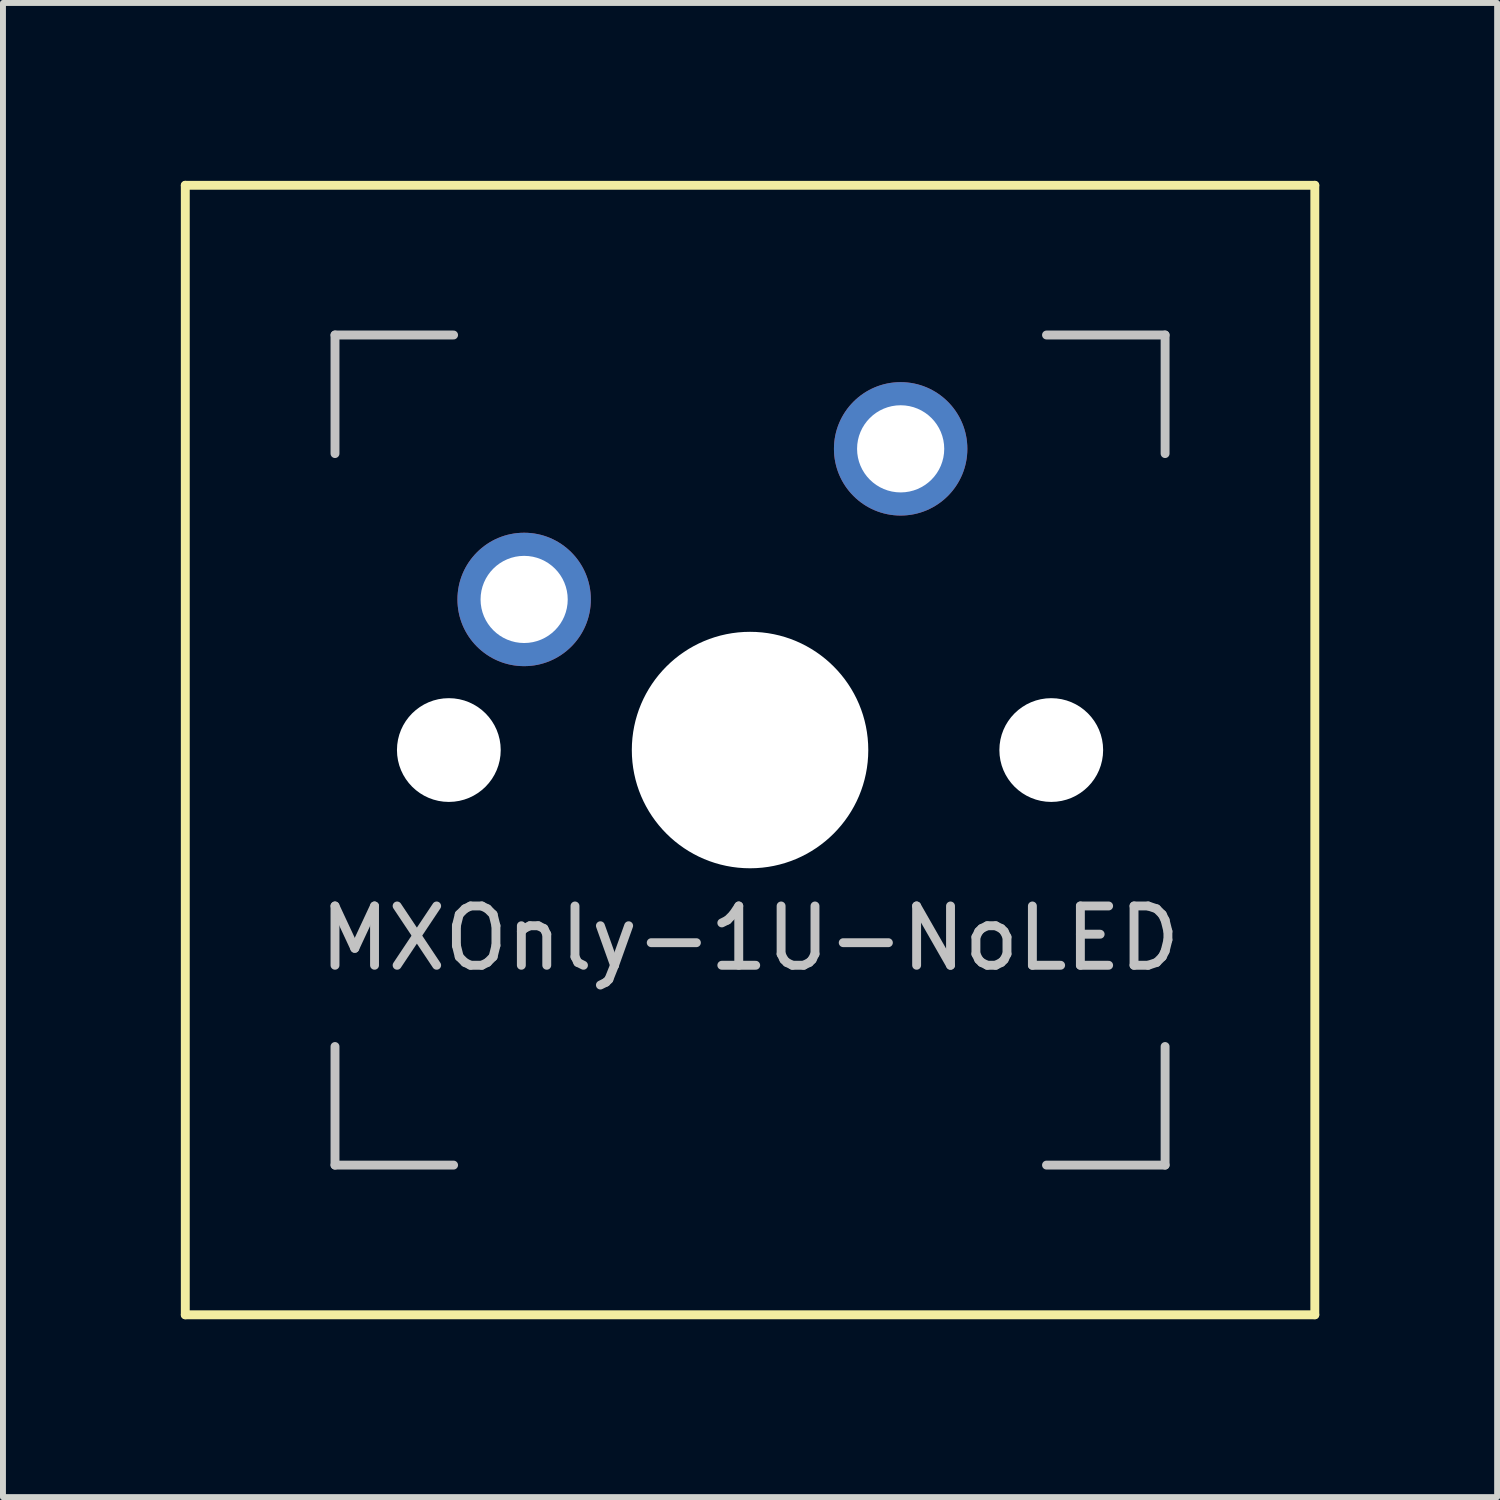
<source format=kicad_pcb>
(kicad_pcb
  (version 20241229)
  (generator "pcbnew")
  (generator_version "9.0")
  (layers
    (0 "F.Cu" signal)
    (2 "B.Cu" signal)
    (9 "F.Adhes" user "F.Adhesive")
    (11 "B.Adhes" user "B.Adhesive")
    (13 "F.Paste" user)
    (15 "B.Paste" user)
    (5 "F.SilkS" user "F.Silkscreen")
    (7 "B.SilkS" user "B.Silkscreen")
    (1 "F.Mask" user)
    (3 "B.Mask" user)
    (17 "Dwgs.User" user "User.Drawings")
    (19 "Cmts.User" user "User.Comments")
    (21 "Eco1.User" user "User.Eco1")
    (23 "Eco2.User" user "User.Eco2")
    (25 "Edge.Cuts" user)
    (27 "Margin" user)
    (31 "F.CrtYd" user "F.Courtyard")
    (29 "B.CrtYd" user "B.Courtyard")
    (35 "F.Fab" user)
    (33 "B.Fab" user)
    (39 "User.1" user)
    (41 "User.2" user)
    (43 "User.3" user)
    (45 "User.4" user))
  (footprint "MXOnly-1U-NoLED"
    (layer "F.Cu")
    (at 9.6 9.6)
    (property "Reference" "MXOnly-1U-NoLED" (at 0 3.175 180) (layer "Dwgs.User") (effects (font (size 1 1) (thickness 0.15))))
    (attr through_hole exclude_from_bom)
    (fp_line (start -9.525 -9.525) (end 9.525 -9.525) (stroke (width 0.15) (type solid)) (layer "F.SilkS"))
    (fp_line (start -9.525 9.525) (end -9.525 -9.525) (stroke (width 0.15) (type solid)) (layer "F.SilkS"))
    (fp_line (start 9.525 -9.525) (end 9.525 9.525) (stroke (width 0.15) (type solid)) (layer "F.SilkS"))
    (fp_line (start 9.525 9.525) (end -9.525 9.525) (stroke (width 0.15) (type solid)) (layer "F.SilkS"))
    (fp_line (start -7 -7) (end -7 -5) (stroke (width 0.15) (type solid)) (layer "Dwgs.User"))
    (fp_line (start -7 5) (end -7 7) (stroke (width 0.15) (type solid)) (layer "Dwgs.User"))
    (fp_line (start -7 7) (end -5 7) (stroke (width 0.15) (type solid)) (layer "Dwgs.User"))
    (fp_line (start -5 -7) (end -7 -7) (stroke (width 0.15) (type solid)) (layer "Dwgs.User"))
    (fp_line (start 5 -7) (end 7 -7) (stroke (width 0.15) (type solid)) (layer "Dwgs.User"))
    (fp_line (start 5 7) (end 7 7) (stroke (width 0.15) (type solid)) (layer "Dwgs.User"))
    (fp_line (start 7 -7) (end 7 -5) (stroke (width 0.15) (type solid)) (layer "Dwgs.User"))
    (fp_line (start 7 7) (end 7 5) (stroke (width 0.15) (type solid)) (layer "Dwgs.User"))
    (pad "" np_thru_hole circle (at -5.08 0 48.1) (size 1.75 1.75) (drill 1.75) (layers "*.Cu" "*.Mask"))
    (pad "" np_thru_hole circle (at 0 0) (size 3.988 3.988) (drill 3.988) (layers "*.Cu" "*.Mask"))
    (pad "" np_thru_hole circle (at 5.08 0 48.1) (size 1.75 1.75) (drill 1.75) (layers "*.Cu" "*.Mask"))
    (pad "1" thru_hole circle (at -3.81 -2.54) (size 2.25 2.25) (drill 1.47) (layers "*.Cu" "B.Mask"))
    (pad "2" thru_hole circle (at 2.54 -5.08) (size 2.25 2.25) (drill 1.47) (layers "*.Cu" "B.Mask")))
  (gr_rect
    (start -3 -3)
    (end 22.2 22.2)
    (stroke (width 0.1) (type default))
    (fill no)
    (layer "Edge.Cuts")))
</source>
